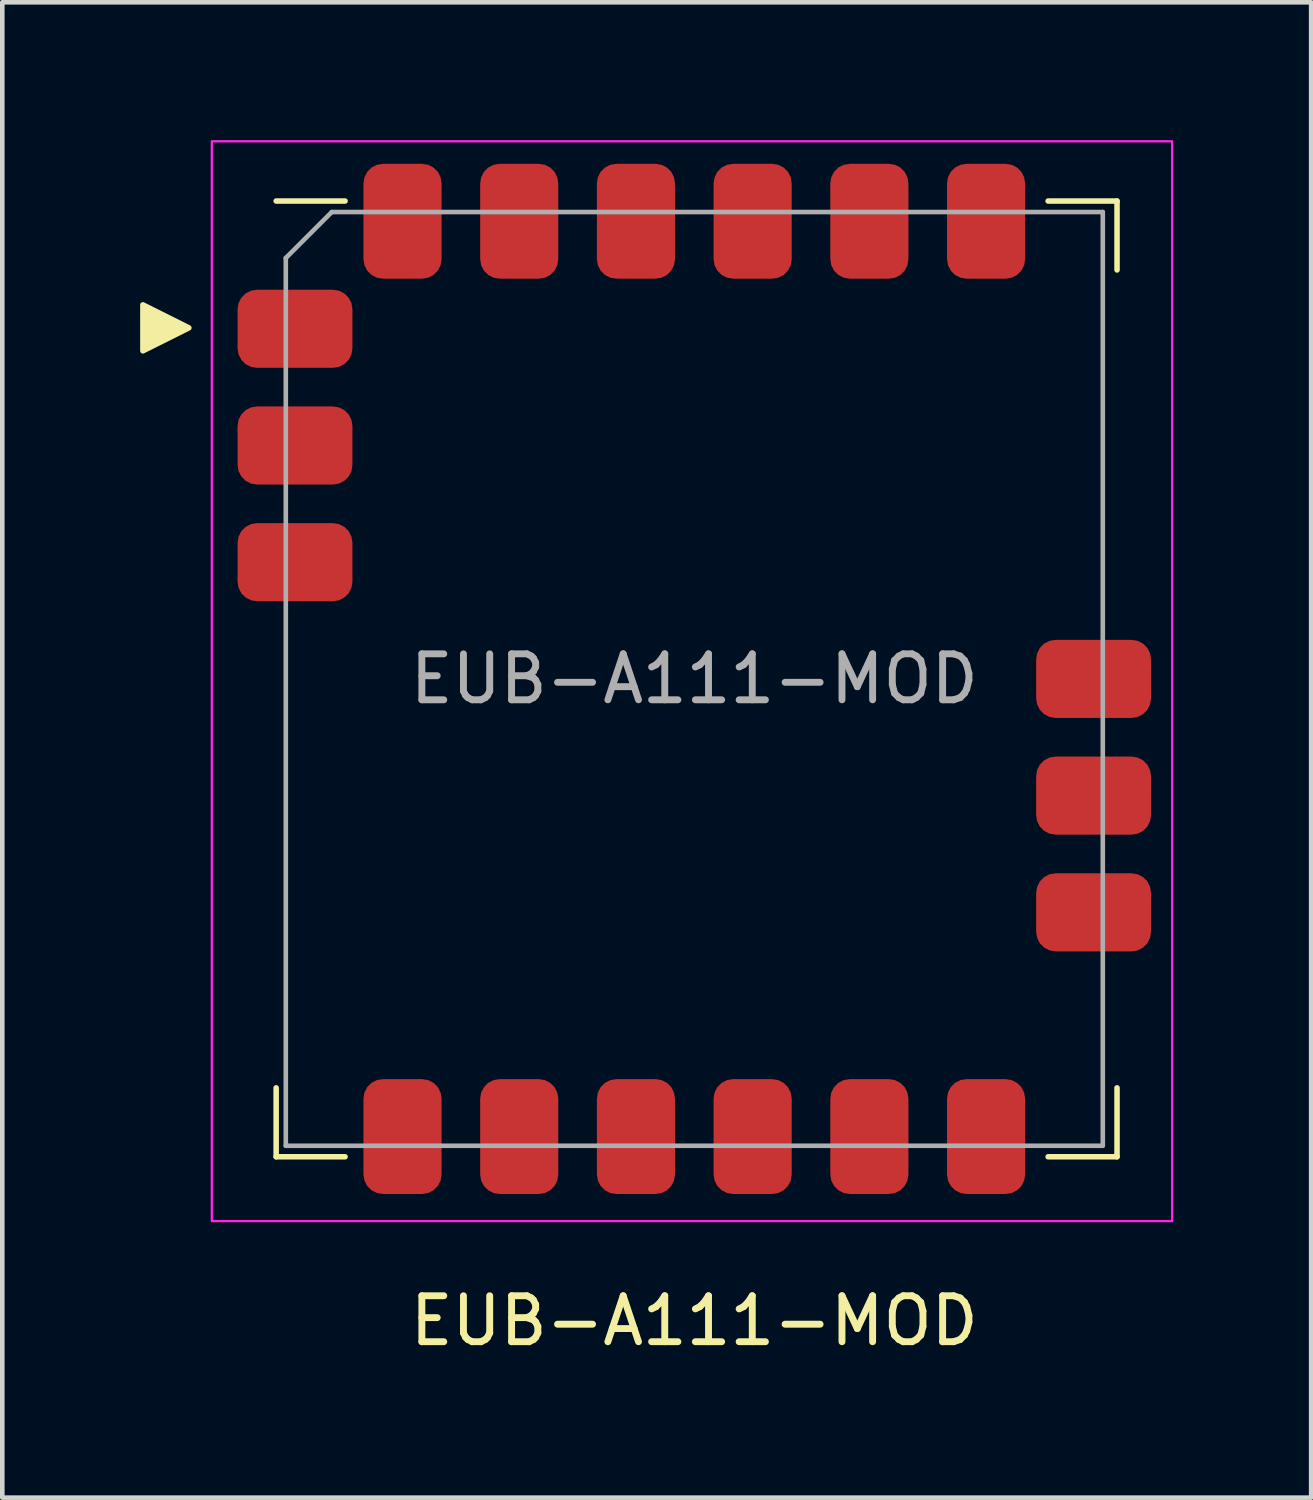
<source format=kicad_pcb>
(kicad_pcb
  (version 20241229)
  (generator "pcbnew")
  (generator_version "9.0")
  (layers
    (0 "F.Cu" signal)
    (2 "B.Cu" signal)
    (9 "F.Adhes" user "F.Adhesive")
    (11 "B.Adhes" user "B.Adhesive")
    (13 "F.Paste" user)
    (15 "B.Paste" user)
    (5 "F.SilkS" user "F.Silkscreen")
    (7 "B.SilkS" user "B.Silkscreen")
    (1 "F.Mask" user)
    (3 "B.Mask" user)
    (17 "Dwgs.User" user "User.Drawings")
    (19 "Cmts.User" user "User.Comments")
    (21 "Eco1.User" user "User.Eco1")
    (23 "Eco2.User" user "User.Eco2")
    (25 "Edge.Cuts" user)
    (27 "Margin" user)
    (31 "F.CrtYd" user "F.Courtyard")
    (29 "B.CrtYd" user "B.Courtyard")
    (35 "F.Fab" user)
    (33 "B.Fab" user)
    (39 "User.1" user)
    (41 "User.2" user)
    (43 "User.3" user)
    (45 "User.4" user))
  (footprint "EUB-A111-MOD"
    (layer "F.Cu")
    (at 12.06 11.725)
    (property "Reference" "EUB-A111-MOD" (at 0 13.97 0) (unlocked yes) (layer "F.SilkS") (effects (font (size 1 1) (thickness 0.15))))
    (attr smd)
    (fp_line (start -9.1 -10.4) (end -7.6 -10.4) (stroke (width 0.12) (type solid)) (layer "F.SilkS"))
    (fp_line (start -9.1 10.4) (end -9.1 8.9) (stroke (width 0.12) (type solid)) (layer "F.SilkS"))
    (fp_line (start -9.1 10.4) (end -7.6 10.4) (stroke (width 0.12) (type solid)) (layer "F.SilkS"))
    (fp_line (start 9.2 -10.4) (end 7.7 -10.4) (stroke (width 0.12) (type solid)) (layer "F.SilkS"))
    (fp_line (start 9.2 -10.4) (end 9.2 -8.9) (stroke (width 0.12) (type solid)) (layer "F.SilkS"))
    (fp_line (start 9.2 10.4) (end 7.7 10.4) (stroke (width 0.12) (type solid)) (layer "F.SilkS"))
    (fp_line (start 9.2 10.4) (end 9.2 8.9) (stroke (width 0.12) (type solid)) (layer "F.SilkS"))
    (fp_poly (pts (xy -11 -7.64) (xy -12 -7.14) (xy -12 -8.14)) (stroke (width 0.12) (type solid)) (fill yes) (layer "F.SilkS"))
    (fp_rect (start -10.5 -11.7) (end 10.4 11.8) (stroke (width 0.05) (type solid)) (fill no) (layer "F.CrtYd"))
    (fp_line (start -8.89 -9.16) (end -8.89 10.16) (stroke (width 0.1) (type solid)) (layer "F.Fab"))
    (fp_line (start -8.89 -9.16) (end -7.89 -10.16) (stroke (width 0.1) (type solid)) (layer "F.Fab"))
    (fp_line (start -8.89 10.16) (end 8.89 10.16) (stroke (width 0.1) (type solid)) (layer "F.Fab"))
    (fp_line (start 8.89 -10.16) (end -7.89 -10.16) (stroke (width 0.1) (type solid)) (layer "F.Fab"))
    (fp_line (start 8.89 -10.16) (end 8.89 10.16) (stroke (width 0.1) (type solid)) (layer "F.Fab"))
    (fp_text user "${REFERENCE}" (at 0 0 0) (unlocked yes) (layer "F.Fab") (effects (font (size 1 1) (thickness 0.15))))
    (pad "1" smd roundrect (at -8.69 -7.62) (size 2.5 1.7) (layers "F.Cu" "F.Mask" "F.Paste") (roundrect_rratio 0.25))
    (pad "2" smd roundrect (at -8.69 -5.08) (size 2.5 1.7) (layers "F.Cu" "F.Mask" "F.Paste") (roundrect_rratio 0.25))
    (pad "3" smd roundrect (at -8.69 -2.54) (size 2.5 1.7) (layers "F.Cu" "F.Mask" "F.Paste") (roundrect_rratio 0.25))
    (pad "4" smd roundrect (at -6.35 9.96 90) (size 2.5 1.7) (layers "F.Cu" "F.Mask" "F.Paste") (roundrect_rratio 0.25))
    (pad "5" smd roundrect (at -3.81 9.96 90) (size 2.5 1.7) (layers "F.Cu" "F.Mask" "F.Paste") (roundrect_rratio 0.25))
    (pad "6" smd roundrect (at -1.27 9.96 90) (size 2.5 1.7) (layers "F.Cu" "F.Mask" "F.Paste") (roundrect_rratio 0.25))
    (pad "7" smd roundrect (at 1.27 9.96 90) (size 2.5 1.7) (layers "F.Cu" "F.Mask" "F.Paste") (roundrect_rratio 0.25))
    (pad "8" smd roundrect (at 3.81 9.96 90) (size 2.5 1.7) (layers "F.Cu" "F.Mask" "F.Paste") (roundrect_rratio 0.25))
    (pad "9" smd roundrect (at 6.35 9.96 90) (size 2.5 1.7) (layers "F.Cu" "F.Mask" "F.Paste") (roundrect_rratio 0.25))
    (pad "10" smd roundrect (at 8.69 5.08 180) (size 2.5 1.7) (layers "F.Cu" "F.Mask" "F.Paste") (roundrect_rratio 0.25))
    (pad "11" smd roundrect (at 8.69 2.54 180) (size 2.5 1.7) (layers "F.Cu" "F.Mask" "F.Paste") (roundrect_rratio 0.25))
    (pad "12" smd roundrect (at 8.69 0 180) (size 2.5 1.7) (layers "F.Cu" "F.Mask" "F.Paste") (roundrect_rratio 0.25))
    (pad "13" smd roundrect (at 6.35 -9.96 270) (size 2.5 1.7) (layers "F.Cu" "F.Mask" "F.Paste") (roundrect_rratio 0.25))
    (pad "14" smd roundrect (at 3.81 -9.96 270) (size 2.5 1.7) (layers "F.Cu" "F.Mask" "F.Paste") (roundrect_rratio 0.25))
    (pad "15" smd roundrect (at 1.27 -9.96 270) (size 2.5 1.7) (layers "F.Cu" "F.Mask" "F.Paste") (roundrect_rratio 0.25))
    (pad "16" smd roundrect (at -1.27 -9.96 270) (size 2.5 1.7) (layers "F.Cu" "F.Mask" "F.Paste") (roundrect_rratio 0.25))
    (pad "17" smd roundrect (at -3.81 -9.96 270) (size 2.5 1.7) (layers "F.Cu" "F.Mask" "F.Paste") (roundrect_rratio 0.25))
    (pad "18" smd roundrect (at -6.35 -9.96 270) (size 2.5 1.7) (layers "F.Cu" "F.Mask" "F.Paste") (roundrect_rratio 0.25)))
  (gr_rect
    (start -3 -3)
    (end 25.485 29.543)
    (stroke (width 0.1) (type default))
    (fill no)
    (layer "Edge.Cuts")))
</source>
